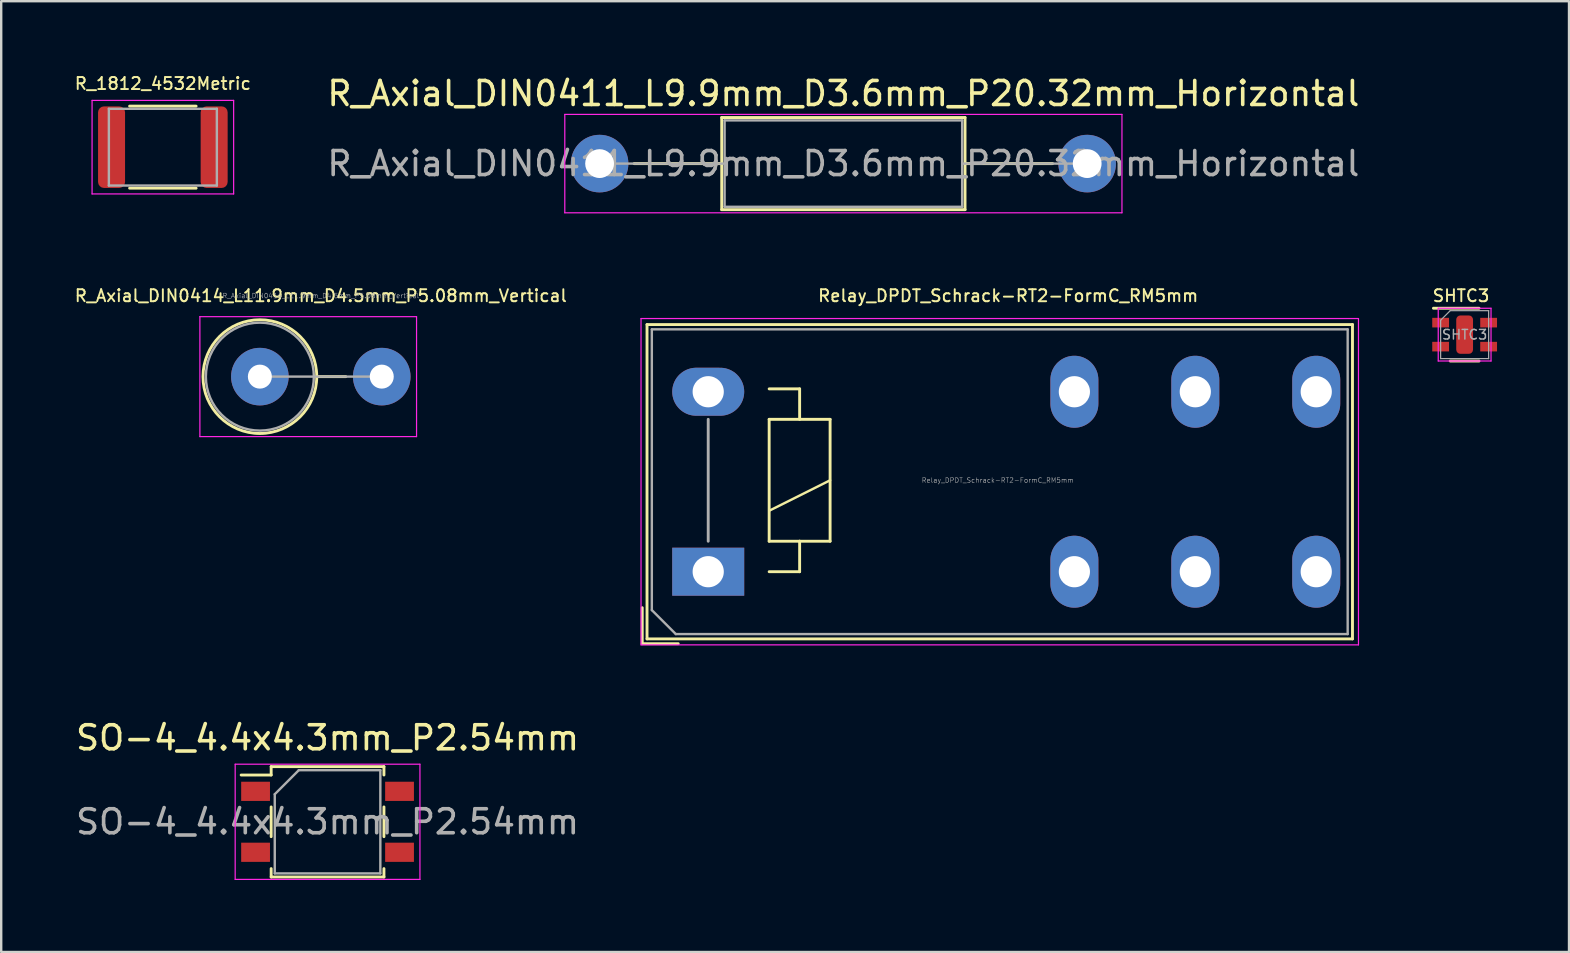
<source format=kicad_pcb>
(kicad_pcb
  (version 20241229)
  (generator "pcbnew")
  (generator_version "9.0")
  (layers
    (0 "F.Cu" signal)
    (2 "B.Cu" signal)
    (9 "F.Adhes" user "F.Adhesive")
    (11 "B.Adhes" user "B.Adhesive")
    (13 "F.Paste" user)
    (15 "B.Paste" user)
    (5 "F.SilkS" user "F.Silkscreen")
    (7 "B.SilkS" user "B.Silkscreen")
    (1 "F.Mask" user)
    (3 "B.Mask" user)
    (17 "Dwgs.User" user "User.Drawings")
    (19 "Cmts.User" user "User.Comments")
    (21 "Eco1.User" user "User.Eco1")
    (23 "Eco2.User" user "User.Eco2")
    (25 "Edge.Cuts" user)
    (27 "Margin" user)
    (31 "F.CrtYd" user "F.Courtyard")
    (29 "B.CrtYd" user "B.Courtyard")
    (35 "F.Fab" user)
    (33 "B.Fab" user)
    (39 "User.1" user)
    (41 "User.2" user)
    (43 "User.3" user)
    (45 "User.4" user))
  (footprint "R_Axial_DIN0411_L9.9mm_D3.6mm_P20.32mm_Horizontal"
    (layer "F.Cu")
    (at 21.938 3.768)
    (property "Reference" "R_Axial_DIN0411_L9.9mm_D3.6mm_P20.32mm_Horizontal" (at 10.16 -2.92 0) (layer "F.SilkS") (effects (font (size 1 1) (thickness 0.15))))
    (attr through_hole)
    (fp_line (start 1.44 0) (end 5.09 0) (stroke (width 0.12) (type solid)) (layer "F.SilkS"))
    (fp_line (start 5.09 -1.92) (end 5.09 1.92) (stroke (width 0.12) (type solid)) (layer "F.SilkS"))
    (fp_line (start 5.09 1.92) (end 15.23 1.92) (stroke (width 0.12) (type solid)) (layer "F.SilkS"))
    (fp_line (start 15.23 -1.92) (end 5.09 -1.92) (stroke (width 0.12) (type solid)) (layer "F.SilkS"))
    (fp_line (start 15.23 1.92) (end 15.23 -1.92) (stroke (width 0.12) (type solid)) (layer "F.SilkS"))
    (fp_line (start 18.88 0) (end 15.23 0) (stroke (width 0.12) (type solid)) (layer "F.SilkS"))
    (fp_line (start -1.45 -2.05) (end -1.45 2.05) (stroke (width 0.05) (type solid)) (layer "F.CrtYd"))
    (fp_line (start -1.45 2.05) (end 21.77 2.05) (stroke (width 0.05) (type solid)) (layer "F.CrtYd"))
    (fp_line (start 21.77 -2.05) (end -1.45 -2.05) (stroke (width 0.05) (type solid)) (layer "F.CrtYd"))
    (fp_line (start 21.77 2.05) (end 21.77 -2.05) (stroke (width 0.05) (type solid)) (layer "F.CrtYd"))
    (fp_line (start 0 0) (end 5.21 0) (stroke (width 0.1) (type solid)) (layer "F.Fab"))
    (fp_line (start 5.21 -1.8) (end 5.21 1.8) (stroke (width 0.1) (type solid)) (layer "F.Fab"))
    (fp_line (start 5.21 1.8) (end 15.11 1.8) (stroke (width 0.1) (type solid)) (layer "F.Fab"))
    (fp_line (start 15.11 -1.8) (end 5.21 -1.8) (stroke (width 0.1) (type solid)) (layer "F.Fab"))
    (fp_line (start 15.11 1.8) (end 15.11 -1.8) (stroke (width 0.1) (type solid)) (layer "F.Fab"))
    (fp_line (start 20.32 0) (end 15.11 0) (stroke (width 0.1) (type solid)) (layer "F.Fab"))
    (fp_text user "${REFERENCE}" (at 10.16 0 0) (layer "F.Fab") (effects (font (size 1 1) (thickness 0.15))))
    (pad "1" thru_hole circle (at 0 0) (size 2.4 2.4) (drill 1.2) (layers "*.Cu" "*.Mask"))
    (pad "2" thru_hole oval (at 20.32 0) (size 2.4 2.4) (drill 1.2) (layers "*.Cu" "*.Mask")))
  (footprint "R_Axial_DIN0414_L11.9mm_D4.5mm_P5.08mm_Vertical"
    (layer "F.Cu")
    (at 7.78 12.646)
    (property "Reference" "R_Axial_DIN0414_L11.9mm_D4.5mm_P5.08mm_Vertical" (at 2.54 -3.37 0) (layer "F.SilkS") (effects (font (size 0.5 0.5) (thickness 0.08))))
    (attr through_hole)
    (fp_line (start 2.37 0) (end 3.58 0) (stroke (width 0.12) (type solid)) (layer "F.SilkS"))
    (fp_circle (center 0 0) (end 2.37 0) (stroke (width 0.12) (type solid)) (fill no) (layer "F.SilkS"))
    (fp_line (start -2.5 -2.5) (end -2.5 2.5) (stroke (width 0.05) (type solid)) (layer "F.CrtYd"))
    (fp_line (start -2.5 2.5) (end 6.53 2.5) (stroke (width 0.05) (type solid)) (layer "F.CrtYd"))
    (fp_line (start 6.53 -2.5) (end -2.5 -2.5) (stroke (width 0.05) (type solid)) (layer "F.CrtYd"))
    (fp_line (start 6.53 2.5) (end 6.53 -2.5) (stroke (width 0.05) (type solid)) (layer "F.CrtYd"))
    (fp_line (start 0 0) (end 5.08 0) (stroke (width 0.1) (type solid)) (layer "F.Fab"))
    (fp_circle (center 0 0) (end 2.25 0) (stroke (width 0.1) (type solid)) (fill no) (layer "F.Fab"))
    (fp_text user "${REFERENCE}" (at 2.54 -3.37 0) (layer "F.Fab") (effects (font (size 0.2 0.2) (thickness 0.02))))
    (pad "1" thru_hole circle (at 0 0) (size 2.4 2.4) (drill 1) (layers "*.Cu" "*.Mask"))
    (pad "2" thru_hole oval (at 5.08 0) (size 2.4 2.4) (drill 1) (layers "*.Cu" "*.Mask")))
  (footprint "R_1812_4532Metric"
    (layer "F.Cu")
    (at 3.737 3.083)
    (property "Reference" "R_1812_4532Metric" (at 0 -2.65 0) (layer "F.SilkS") (effects (font (size 0.5 0.5) (thickness 0.08))))
    (attr smd)
    (fp_line (start -1.386 -1.71) (end 1.386 -1.71) (stroke (width 0.12) (type solid)) (layer "F.SilkS"))
    (fp_line (start -1.386 1.71) (end 1.386 1.71) (stroke (width 0.12) (type solid)) (layer "F.SilkS"))
    (fp_line (start -2.95 -1.95) (end 2.95 -1.95) (stroke (width 0.05) (type solid)) (layer "F.CrtYd"))
    (fp_line (start -2.95 1.95) (end -2.95 -1.95) (stroke (width 0.05) (type solid)) (layer "F.CrtYd"))
    (fp_line (start 2.95 -1.95) (end 2.95 1.95) (stroke (width 0.05) (type solid)) (layer "F.CrtYd"))
    (fp_line (start 2.95 1.95) (end -2.95 1.95) (stroke (width 0.05) (type solid)) (layer "F.CrtYd"))
    (fp_line (start -2.25 -1.6) (end 2.25 -1.6) (stroke (width 0.1) (type solid)) (layer "F.Fab"))
    (fp_line (start -2.25 1.6) (end -2.25 -1.6) (stroke (width 0.1) (type solid)) (layer "F.Fab"))
    (fp_line (start 2.25 -1.6) (end 2.25 1.6) (stroke (width 0.1) (type solid)) (layer "F.Fab"))
    (fp_line (start 2.25 1.6) (end -2.25 1.6) (stroke (width 0.1) (type solid)) (layer "F.Fab"))
    (pad "1" smd roundrect (at -2.138 0) (size 1.125 3.4) (layers "F.Cu" "F.Mask" "F.Paste") (roundrect_rratio 0.222))
    (pad "2" smd roundrect (at 2.138 0) (size 1.125 3.4) (layers "F.Cu" "F.Mask" "F.Paste") (roundrect_rratio 0.222)))
  (footprint "SHTC3"
    (layer "F.Cu")
    (at 57.989 10.896)
    (property "Reference" "SHTC3" (at -0.15 -1.62 0) (layer "F.SilkS") (effects (font (size 0.5 0.5) (thickness 0.08))))
    (attr smd)
    (fp_line (start -1.3 -1.1) (end 0.6 -1.1) (stroke (width 0.12) (type solid)) (layer "F.SilkS"))
    (fp_line (start -0.6 1.1) (end 0.6 1.1) (stroke (width 0.12) (type solid)) (layer "F.SilkS"))
    (fp_line (start -1.1 -1.1) (end 1.1 -1.1) (stroke (width 0.05) (type solid)) (layer "F.CrtYd"))
    (fp_line (start -1.1 1.1) (end -1.1 -1.1) (stroke (width 0.05) (type solid)) (layer "F.CrtYd"))
    (fp_line (start 1.1 -1.1) (end 1.1 1.1) (stroke (width 0.05) (type solid)) (layer "F.CrtYd"))
    (fp_line (start 1.1 1.1) (end -1.1 1.1) (stroke (width 0.05) (type solid)) (layer "F.CrtYd"))
    (fp_line (start -1 1) (end -1 -0.6) (stroke (width 0.05) (type solid)) (layer "F.Fab"))
    (fp_line (start -0.6 -1) (end -1 -0.6) (stroke (width 0.05) (type solid)) (layer "F.Fab"))
    (fp_line (start -0.6 -1) (end 1 -1) (stroke (width 0.05) (type solid)) (layer "F.Fab"))
    (fp_line (start 1 -1) (end 1 1) (stroke (width 0.05) (type solid)) (layer "F.Fab"))
    (fp_line (start 1 1) (end -1 1) (stroke (width 0.05) (type solid)) (layer "F.Fab"))
    (fp_text user "${REFERENCE}" (at 0 0 0) (layer "F.Fab") (effects (font (size 0.4 0.4) (thickness 0.06))))
    (pad "1" smd rect (at -1 -0.5) (size 0.7 0.4) (layers "F.Cu" "F.Mask" "F.Paste"))
    (pad "2" smd rect (at -1 0.5) (size 0.7 0.4) (layers "F.Cu" "F.Mask" "F.Paste"))
    (pad "3" smd rect (at 1 0.5) (size 0.7 0.4) (layers "F.Cu" "F.Mask" "F.Paste"))
    (pad "4" smd rect (at 1 -0.5) (size 0.7 0.4) (layers "F.Cu" "F.Mask" "F.Paste"))
    (pad "5" smd roundrect (at 0 0 90) (size 1.6 0.7) (layers "F.Cu" "F.Mask" "F.Paste") (roundrect_rratio 0.25)))
  (footprint "Relay_DPDT_Schrack-RT2-FormC_RM5mm"
    (layer "F.Cu")
    (at 26.465 20.776)
    (property "Reference" "Relay_DPDT_Schrack-RT2-FormC_RM5mm" (at 12.5 -11.5 0) (layer "F.SilkS") (effects (font (size 0.5 0.5) (thickness 0.08))))
    (attr through_hole)
    (fp_line (start -2.75 1.5) (end -2.75 3) (stroke (width 0.12) (type solid)) (layer "F.SilkS"))
    (fp_line (start -2.75 3) (end -1.25 3) (stroke (width 0.12) (type solid)) (layer "F.SilkS"))
    (fp_line (start -2.55 -10.3) (end -2.55 2.8) (stroke (width 0.12) (type solid)) (layer "F.SilkS"))
    (fp_line (start -2.55 2.8) (end 26.85 2.8) (stroke (width 0.12) (type solid)) (layer "F.SilkS"))
    (fp_line (start 2.54 -6.35) (end 2.54 -1.27) (stroke (width 0.12) (type solid)) (layer "F.SilkS"))
    (fp_line (start 2.54 -2.54) (end 5.08 -3.81) (stroke (width 0.1) (type solid)) (layer "F.SilkS"))
    (fp_line (start 2.54 -1.27) (end 3.81 -1.27) (stroke (width 0.12) (type solid)) (layer "F.SilkS"))
    (fp_line (start 2.54 0) (end 3.81 0) (stroke (width 0.12) (type solid)) (layer "F.SilkS"))
    (fp_line (start 3.81 -7.62) (end 2.54 -7.62) (stroke (width 0.12) (type solid)) (layer "F.SilkS"))
    (fp_line (start 3.81 -6.35) (end 3.81 -7.62) (stroke (width 0.12) (type solid)) (layer "F.SilkS"))
    (fp_line (start 3.81 -1.27) (end 5.08 -1.27) (stroke (width 0.12) (type solid)) (layer "F.SilkS"))
    (fp_line (start 3.81 0) (end 3.81 -1.27) (stroke (width 0.12) (type solid)) (layer "F.SilkS"))
    (fp_line (start 5.08 -6.35) (end 2.54 -6.35) (stroke (width 0.12) (type solid)) (layer "F.SilkS"))
    (fp_line (start 5.08 -1.27) (end 5.08 -6.35) (stroke (width 0.12) (type solid)) (layer "F.SilkS"))
    (fp_line (start 26.85 -10.3) (end -2.55 -10.3) (stroke (width 0.12) (type solid)) (layer "F.SilkS"))
    (fp_line (start 26.85 2.8) (end 26.85 -10.3) (stroke (width 0.12) (type solid)) (layer "F.SilkS"))
    (fp_line (start -2.8 -10.55) (end -2.8 3.05) (stroke (width 0.05) (type solid)) (layer "F.CrtYd"))
    (fp_line (start -2.8 3.05) (end 27.1 3.05) (stroke (width 0.05) (type solid)) (layer "F.CrtYd"))
    (fp_line (start 27.1 -10.55) (end -2.8 -10.55) (stroke (width 0.05) (type solid)) (layer "F.CrtYd"))
    (fp_line (start 27.1 3.05) (end 27.1 -10.55) (stroke (width 0.05) (type solid)) (layer "F.CrtYd"))
    (fp_line (start -2.35 -10.1) (end -2.35 1.6) (stroke (width 0.1) (type solid)) (layer "F.Fab"))
    (fp_line (start -2.35 1.6) (end -1.35 2.6) (stroke (width 0.1) (type solid)) (layer "F.Fab"))
    (fp_line (start -1.35 2.6) (end 26.65 2.6) (stroke (width 0.1) (type solid)) (layer "F.Fab"))
    (fp_line (start 0 -1.27) (end 0 -6.35) (stroke (width 0.12) (type solid)) (layer "F.Fab"))
    (fp_line (start 26.65 -10.1) (end -2.35 -10.1) (stroke (width 0.1) (type solid)) (layer "F.Fab"))
    (fp_line (start 26.65 2.6) (end 26.65 -10.1) (stroke (width 0.1) (type solid)) (layer "F.Fab"))
    (fp_text user "${REFERENCE}" (at 12.065 -3.81 180) (layer "F.Fab") (effects (font (size 0.2 0.2) (thickness 0.02))))
    (pad "11" thru_hole oval (at 20.3 0 180) (size 2 3) (drill 1.3) (layers "*.Cu" "*.Mask"))
    (pad "12" thru_hole oval (at 15.26 0 180) (size 2 3) (drill 1.3) (layers "*.Cu" "*.Mask"))
    (pad "14" thru_hole oval (at 25.34 0 180) (size 2 3) (drill 1.3) (layers "*.Cu" "*.Mask"))
    (pad "21" thru_hole oval (at 20.3 -7.5 180) (size 2 3) (drill 1.3) (layers "*.Cu" "*.Mask"))
    (pad "22" thru_hole oval (at 15.26 -7.5 180) (size 2 3) (drill 1.3) (layers "*.Cu" "*.Mask"))
    (pad "24" thru_hole oval (at 25.34 -7.5 180) (size 2 3) (drill 1.3) (layers "*.Cu" "*.Mask"))
    (pad "A1" thru_hole rect (at 0 0 180) (size 3 2) (drill 1.3) (layers "*.Cu" "*.Mask"))
    (pad "A2" thru_hole oval (at 0 -7.5 180) (size 3 2) (drill 1.3) (layers "*.Cu" "*.Mask")))
  (footprint "SO-4_4.4x4.3mm_P2.54mm"
    (layer "F.Cu")
    (at 10.601 31.199)
    (property "Reference" "SO-4_4.4x4.3mm_P2.54mm" (at 0 -3.5 0) (layer "F.SilkS") (effects (font (size 1 1) (thickness 0.15))))
    (attr smd)
    (fp_line (start -2.35 -2.3) (end 2.35 -2.3) (stroke (width 0.12) (type solid)) (layer "F.SilkS"))
    (fp_line (start -2.35 -1.95) (end -3.6 -1.95) (stroke (width 0.12) (type solid)) (layer "F.SilkS"))
    (fp_line (start -2.35 -1.95) (end -2.35 -2.3) (stroke (width 0.12) (type solid)) (layer "F.SilkS"))
    (fp_line (start -2.35 0.62) (end -2.35 -0.62) (stroke (width 0.12) (type solid)) (layer "F.SilkS"))
    (fp_line (start -2.35 1.95) (end -2.35 2.3) (stroke (width 0.12) (type solid)) (layer "F.SilkS"))
    (fp_line (start -2.35 2.3) (end 2.35 2.3) (stroke (width 0.12) (type solid)) (layer "F.SilkS"))
    (fp_line (start 2.35 -2.3) (end 2.35 -1.95) (stroke (width 0.12) (type solid)) (layer "F.SilkS"))
    (fp_line (start 2.35 0.62) (end 2.35 -0.62) (stroke (width 0.12) (type solid)) (layer "F.SilkS"))
    (fp_line (start 2.35 2.3) (end 2.35 1.95) (stroke (width 0.12) (type solid)) (layer "F.SilkS"))
    (fp_line (start -3.85 -2.4) (end 3.85 -2.4) (stroke (width 0.05) (type solid)) (layer "F.CrtYd"))
    (fp_line (start -3.85 2.4) (end -3.85 -2.4) (stroke (width 0.05) (type solid)) (layer "F.CrtYd"))
    (fp_line (start 3.85 -2.4) (end 3.85 2.4) (stroke (width 0.05) (type solid)) (layer "F.CrtYd"))
    (fp_line (start 3.85 2.4) (end -3.85 2.4) (stroke (width 0.05) (type solid)) (layer "F.CrtYd"))
    (fp_line (start -2.2 -1.15) (end -1.2 -2.15) (stroke (width 0.1) (type solid)) (layer "F.Fab"))
    (fp_line (start -2.2 2.15) (end -2.2 -1.15) (stroke (width 0.1) (type solid)) (layer "F.Fab"))
    (fp_line (start -2.2 2.15) (end 2.2 2.15) (stroke (width 0.1) (type solid)) (layer "F.Fab"))
    (fp_line (start -1.2 -2.15) (end 2.2 -2.15) (stroke (width 0.1) (type solid)) (layer "F.Fab"))
    (fp_line (start 2.2 2.15) (end 2.2 -2.15) (stroke (width 0.1) (type solid)) (layer "F.Fab"))
    (fp_text user "${REFERENCE}" (at 0 0 0) (layer "F.Fab") (effects (font (size 1 1) (thickness 0.15))))
    (pad "1" smd rect (at -3 -1.27 270) (size 0.8 1.2) (layers "F.Cu" "F.Mask" "F.Paste"))
    (pad "2" smd rect (at -3 1.27 270) (size 0.8 1.2) (layers "F.Cu" "F.Mask" "F.Paste"))
    (pad "3" smd rect (at 3 1.27 270) (size 0.8 1.2) (layers "F.Cu" "F.Mask" "F.Paste"))
    (pad "4" smd rect (at 3 -1.27 270) (size 0.8 1.2) (layers "F.Cu" "F.Mask" "F.Paste")))
  (gr_rect
    (start -3 -3)
    (end 62.339 36.624)
    (stroke (width 0.1) (type default))
    (fill no)
    (layer "Edge.Cuts")))
</source>
